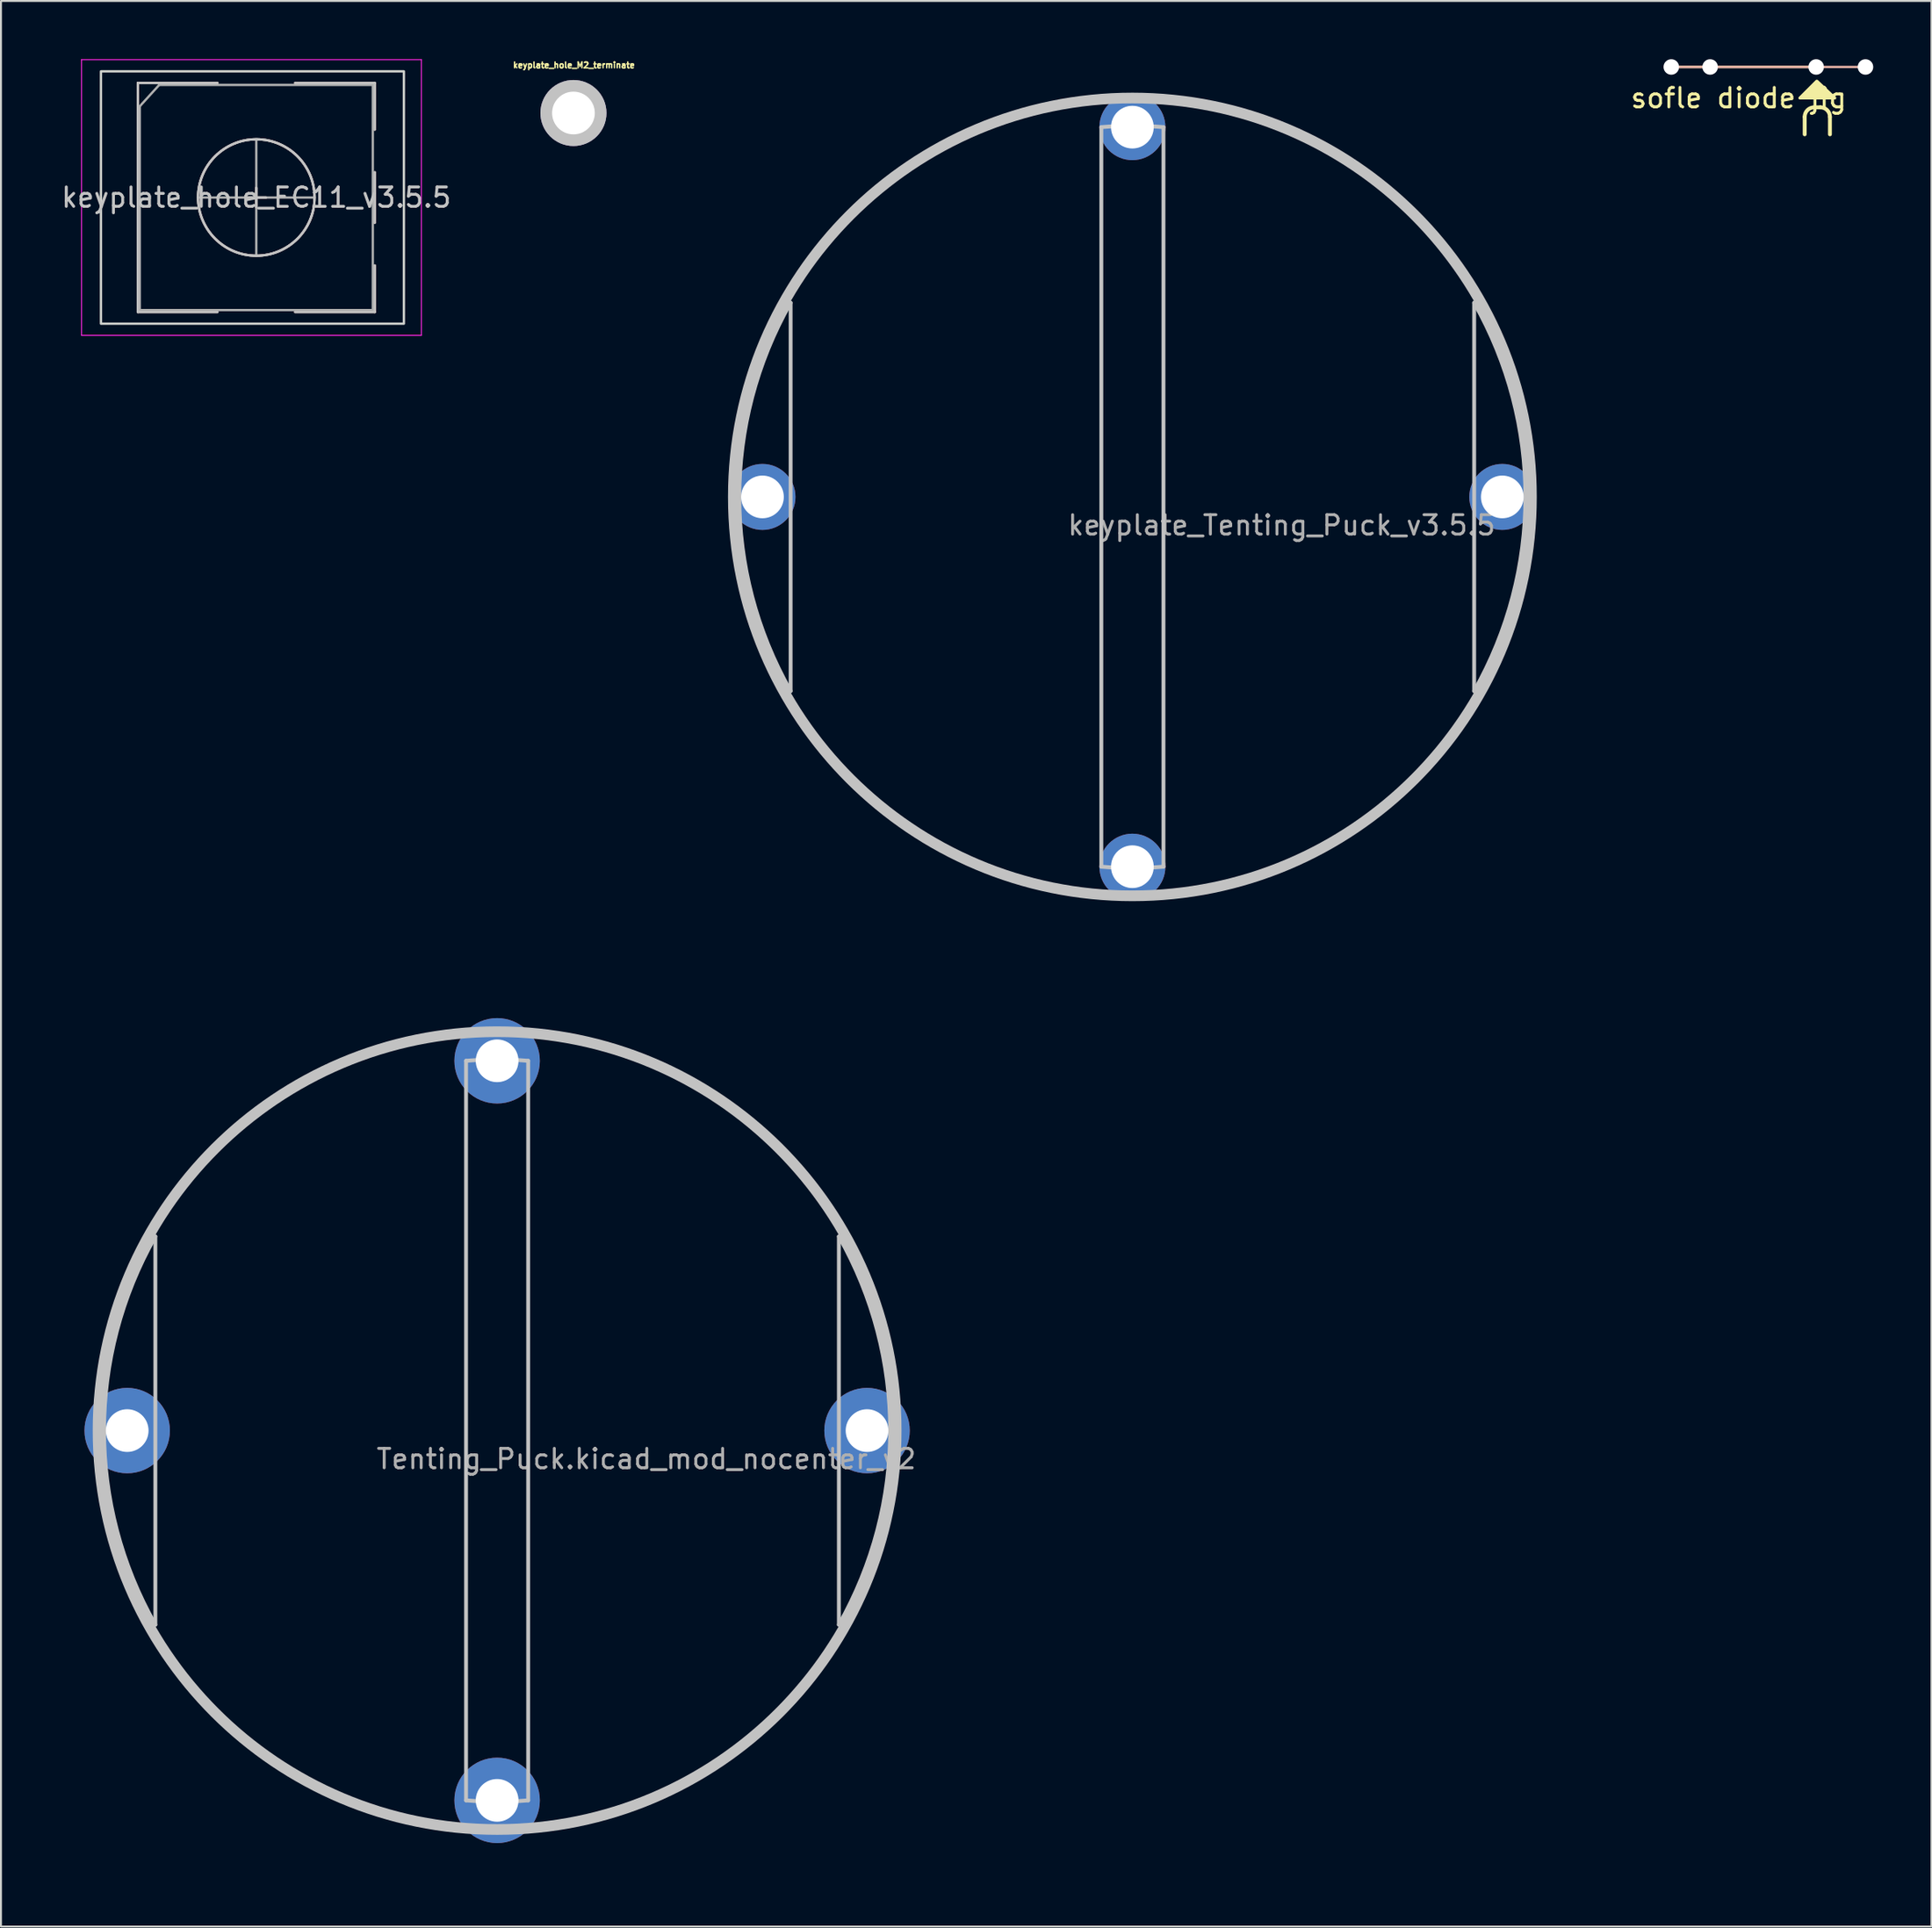
<source format=kicad_pcb>
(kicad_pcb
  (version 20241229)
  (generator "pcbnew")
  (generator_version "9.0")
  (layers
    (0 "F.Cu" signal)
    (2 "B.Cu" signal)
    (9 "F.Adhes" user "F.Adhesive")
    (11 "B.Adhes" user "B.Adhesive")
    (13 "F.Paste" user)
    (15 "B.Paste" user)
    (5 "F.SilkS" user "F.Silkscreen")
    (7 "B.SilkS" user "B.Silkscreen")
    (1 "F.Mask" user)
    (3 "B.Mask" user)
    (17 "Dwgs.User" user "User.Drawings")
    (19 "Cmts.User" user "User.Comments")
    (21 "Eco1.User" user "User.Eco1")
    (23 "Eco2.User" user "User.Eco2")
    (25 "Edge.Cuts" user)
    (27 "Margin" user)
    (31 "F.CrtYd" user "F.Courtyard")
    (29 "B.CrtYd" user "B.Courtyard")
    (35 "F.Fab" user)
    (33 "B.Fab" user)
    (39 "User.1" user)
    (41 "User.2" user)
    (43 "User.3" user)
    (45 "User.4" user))
  (footprint "keyplate_Tenting_Puck_v3.5.5"
    (layer "F.Cu")
    (at 55.264 22.55)
    (property "Reference" "keyplate_Tenting_Puck_v3.5.5" (at 7.684 1.46 0) (layer "F.Fab") (effects (font (size 1 1) (thickness 0.15))))
    (attr through_hole)
    (fp_line (start -17.6 10) (end -17.6 -10) (stroke (width 0.2) (type solid)) (layer "Dwgs.User"))
    (fp_line (start -1.6 19.05) (end -1.6 -19.05) (stroke (width 0.2) (type solid)) (layer "Dwgs.User"))
    (fp_line (start 1.6 19.05) (end 1.6 -19.05) (stroke (width 0.2) (type solid)) (layer "Dwgs.User"))
    (fp_line (start 17.6 10) (end 17.6 -10) (stroke (width 0.2) (type solid)) (layer "Dwgs.User"))
    (fp_arc (start -17.6 10) (mid -20.242529 0) (end -17.6 -10) (stroke (width 0.2) (type default)) (layer "Dwgs.User"))
    (fp_arc (start -1.6 -19.049999) (mid 0 -19.117073) (end 1.6 -19.049999) (stroke (width 0.2) (type default)) (layer "Dwgs.User"))
    (fp_arc (start 1.6 19.049999) (mid 0 19.117073) (end -1.6 19.049999) (stroke (width 0.2) (type default)) (layer "Dwgs.User"))
    (fp_arc (start 17.6 -10) (mid 20.242529 0) (end 17.6 10) (stroke (width 0.2) (type default)) (layer "Dwgs.User"))
    (fp_circle (center 0 0) (end 20.55 0) (stroke (width 0.55) (type solid)) (fill no) (layer "Dwgs.User"))
    (fp_circle (center -19.05 0) (end -17.3 0) (stroke (width 0.12) (type default)) (fill no) (layer "User.3"))
    (fp_circle (center 0 -19.05) (end 1.75 -19.05) (stroke (width 0.12) (type default)) (fill no) (layer "User.3"))
    (fp_circle (center 0 19.05) (end 1.75 19.05) (stroke (width 0.12) (type default)) (fill no) (layer "User.3"))
    (fp_circle (center 19.05 0) (end 20.8 0) (stroke (width 0.12) (type default)) (fill no) (layer "User.3"))
    (fp_circle (center -19.05 0) (end -17.3 0) (stroke (width 0.12) (type default)) (fill no) (layer "User.4"))
    (fp_circle (center 0 -19.05) (end 1.75 -19.05) (stroke (width 0.12) (type default)) (fill no) (layer "User.4"))
    (fp_circle (center 0 19.05) (end 1.75 19.05) (stroke (width 0.12) (type default)) (fill no) (layer "User.4"))
    (fp_circle (center 19.05 0) (end 20.8 0) (stroke (width 0.12) (type default)) (fill no) (layer "User.4"))
    (fp_circle (center 0 0) (end 22.5 0) (stroke (width 0.1) (type solid)) (fill no) (layer "User.6"))
    (fp_circle (center 0 0) (end 22.5 0) (stroke (width 0.1) (type solid)) (fill no) (layer "User.9"))
    (pad "1" thru_hole circle (at -19.05 0) (size 3.4 3.4) (drill 2.2) (layers "*.Cu" "*.Mask"))
    (pad "1" thru_hole circle (at 0 -19.05) (size 3.4 3.4) (drill 2.2) (layers "*.Cu" "*.Mask"))
    (pad "1" thru_hole circle (at 0 19.05) (size 3.4 3.4) (drill 2.2) (layers "*.Cu" "*.Mask"))
    (pad "1" thru_hole circle (at 19.05 0) (size 3.4 3.4) (drill 2.2) (layers "*.Cu" "*.Mask")))
  (footprint "keyplate_hole_EC11_v3.5.5"
    (layer "F.Cu")
    (at 10.149 7.125)
    (property "Reference" "keyplate_hole_EC11_v3.5.5" (at 0 0 0) (layer "Dwgs.User") (effects (font (size 1 1) (thickness 0.15))))
    (attr through_hole exclude_from_pos_files exclude_from_bom)
    (fp_line (start -6.1 -5.9) (end -6.1 5.9) (stroke (width 0.12) (type solid)) (layer "B.SilkS"))
    (fp_line (start -2 -5.9) (end -6.1 -5.9) (stroke (width 0.12) (type solid)) (layer "B.SilkS"))
    (fp_line (start -2 5.9) (end -6.1 5.9) (stroke (width 0.12) (type solid)) (layer "B.SilkS"))
    (fp_line (start -0.5 0) (end 0.5 0) (stroke (width 0.12) (type solid)) (layer "B.SilkS"))
    (fp_line (start 0 -0.5) (end 0 0.5) (stroke (width 0.12) (type solid)) (layer "B.SilkS"))
    (fp_line (start 2 -5.9) (end 6.1 -5.9) (stroke (width 0.12) (type solid)) (layer "B.SilkS"))
    (fp_line (start 6.1 -5.9) (end 6.1 -3.5) (stroke (width 0.12) (type solid)) (layer "B.SilkS"))
    (fp_line (start 6.1 -1.3) (end 6.1 1.3) (stroke (width 0.12) (type solid)) (layer "B.SilkS"))
    (fp_line (start 6.1 3.5) (end 6.1 5.9) (stroke (width 0.12) (type solid)) (layer "B.SilkS"))
    (fp_line (start 6.1 5.9) (end 2 5.9) (stroke (width 0.12) (type solid)) (layer "B.SilkS"))
    (fp_circle (center 0 0) (end 3 0) (stroke (width 0.12) (type solid)) (fill no) (layer "B.SilkS"))
    (fp_line (start -6.1 -5.9) (end -6.1 5.9) (stroke (width 0.12) (type solid)) (layer "Dwgs.User"))
    (fp_line (start -2 -5.9) (end -6.1 -5.9) (stroke (width 0.12) (type solid)) (layer "Dwgs.User"))
    (fp_line (start -2 5.9) (end -6.1 5.9) (stroke (width 0.12) (type solid)) (layer "Dwgs.User"))
    (fp_line (start -0.5 0) (end 0.5 0) (stroke (width 0.12) (type solid)) (layer "Dwgs.User"))
    (fp_line (start 0 -0.5) (end 0 0.5) (stroke (width 0.12) (type solid)) (layer "Dwgs.User"))
    (fp_line (start 2 -5.9) (end 6.1 -5.9) (stroke (width 0.12) (type solid)) (layer "Dwgs.User"))
    (fp_line (start 6.1 -5.9) (end 6.1 -3.5) (stroke (width 0.12) (type solid)) (layer "Dwgs.User"))
    (fp_line (start 6.1 -1.3) (end 6.1 1.3) (stroke (width 0.12) (type solid)) (layer "Dwgs.User"))
    (fp_line (start 6.1 3.5) (end 6.1 5.9) (stroke (width 0.12) (type solid)) (layer "Dwgs.User"))
    (fp_line (start 6.1 5.9) (end 2 5.9) (stroke (width 0.12) (type solid)) (layer "Dwgs.User"))
    (fp_circle (center 0 0) (end 3 0) (stroke (width 0.12) (type solid)) (fill no) (layer "Dwgs.User"))
    (fp_rect (start -8 -6.5) (end 7.6 6.5) (stroke (width 0.12) (type default)) (fill no) (layer "Edge.Cuts"))
    (fp_line (start -9 -7.1) (end -9 7.1) (stroke (width 0.05) (type solid)) (layer "F.CrtYd"))
    (fp_line (start -9 -7.1) (end 8.5 -7.1) (stroke (width 0.05) (type solid)) (layer "F.CrtYd"))
    (fp_line (start 8.5 7.1) (end -9 7.1) (stroke (width 0.05) (type solid)) (layer "F.CrtYd"))
    (fp_line (start 8.5 7.1) (end 8.5 -7.1) (stroke (width 0.05) (type solid)) (layer "F.CrtYd"))
    (fp_line (start -6 -4.7) (end -5 -5.8) (stroke (width 0.12) (type solid)) (layer "F.Fab"))
    (fp_line (start -6 5.8) (end -6 -4.7) (stroke (width 0.12) (type solid)) (layer "F.Fab"))
    (fp_line (start -5 -5.8) (end 6 -5.8) (stroke (width 0.12) (type solid)) (layer "F.Fab"))
    (fp_line (start -3 0) (end 3 0) (stroke (width 0.12) (type solid)) (layer "F.Fab"))
    (fp_line (start 0 -3) (end 0 3) (stroke (width 0.12) (type solid)) (layer "F.Fab"))
    (fp_line (start 6 -5.8) (end 6 5.8) (stroke (width 0.12) (type solid)) (layer "F.Fab"))
    (fp_line (start 6 5.8) (end -6 5.8) (stroke (width 0.12) (type solid)) (layer "F.Fab"))
    (fp_circle (center 0 0) (end 3 0) (stroke (width 0.12) (type solid)) (fill no) (layer "F.Fab")))
  (footprint "keyplate_hole_M2_terminate"
    (layer "F.Cu")
    (at 26.506 2.847)
    (property "Reference" "keyplate_hole_M2_terminate" (at 0 -2.54 0) (layer "F.SilkS") (effects (font (size 0.3 0.3) (thickness 0.075))))
    (attr through_hole)
    (pad "" thru_hole circle (at -0.025 -0.075 90) (size 3.4 3.4) (drill 2.2) (layers "*.Cu" "*.Mask" "Dwgs.User")))
  (footprint "sofle diode jig"
    (layer "F.Cu")
    (at 93.016 0.4)
    (property "Reference" "sofle diode jig" (at -6.53 1.6 0) (unlocked yes) (layer "F.SilkS") (effects (font (size 1 1) (thickness 0.15))))
    (fp_line (start -9.99 0) (end -2.56 0) (stroke (width 0.12) (type default)) (layer "F.SilkS"))
    (fp_line (start -3.13 3.47) (end -3.13 2.57) (stroke (width 0.2) (type default)) (layer "F.SilkS"))
    (fp_line (start -2.32 2.08) (end -2.64 2.08) (stroke (width 0.2) (type default)) (layer "F.SilkS"))
    (fp_line (start -1.83 3.47) (end -1.83 2.57) (stroke (width 0.2) (type default)) (layer "F.SilkS"))
    (fp_arc (start -3.130407 2.57) (mid -2.98677 2.22323) (end -2.64 2.079593) (stroke (width 0.2) (type default)) (layer "F.SilkS"))
    (fp_arc (start -2.320407 2.079593) (mid -1.973637 2.22323) (end -1.83 2.57) (stroke (width 0.2) (type default)) (layer "F.SilkS"))
    (fp_poly (pts (xy -1.58 1.6) (xy -2.5 0.73) (xy -2.51 0.73) (xy -3.38 1.6)) (stroke (width 0.15) (type solid)) (fill yes) (layer "F.SilkS"))
    (fp_line (start 0 0) (end -10.01 0) (stroke (width 0.12) (type default)) (layer "B.SilkS"))
    (pad "" np_thru_hole circle (at -10 0) (size 0.8 0.8) (drill 0.8) (layers "*.Cu" "*.Mask"))
    (pad "" np_thru_hole circle (at -8 0) (size 0.8 0.8) (drill 0.8) (layers "*.Cu" "*.Mask"))
    (pad "" np_thru_hole circle (at -2.54 0) (size 0.8 0.8) (drill 0.8) (layers "*.Cu" "*.Mask"))
    (pad "" np_thru_hole circle (at 0 0) (size 0.8 0.8) (drill 0.8) (layers "*.Cu" "*.Mask")))
  (footprint "Tenting_Puck.kicad_mod_nocenter_v2"
    (layer "F.Cu")
    (at 22.55 70.65)
    (property "Reference" "Tenting_Puck.kicad_mod_nocenter_v2" (at 7.684 1.46 0) (layer "F.Fab") (effects (font (size 1 1) (thickness 0.15))))
    (attr through_hole)
    (fp_line (start -17.6 10) (end -17.6 -10) (stroke (width 0.2) (type solid)) (layer "Dwgs.User"))
    (fp_line (start -1.6 19.05) (end -1.6 -19.05) (stroke (width 0.2) (type solid)) (layer "Dwgs.User"))
    (fp_line (start 1.6 19.05) (end 1.6 -19.05) (stroke (width 0.2) (type solid)) (layer "Dwgs.User"))
    (fp_line (start 17.6 10) (end 17.6 -10) (stroke (width 0.2) (type solid)) (layer "Dwgs.User"))
    (fp_arc (start -17.6 10) (mid -20.242529 0) (end -17.6 -10) (stroke (width 0.2) (type default)) (layer "Dwgs.User"))
    (fp_arc (start -1.6 -19.049999) (mid 0 -19.117073) (end 1.6 -19.049999) (stroke (width 0.2) (type default)) (layer "Dwgs.User"))
    (fp_arc (start 1.6 19.049999) (mid 0 19.117073) (end -1.6 19.049999) (stroke (width 0.2) (type default)) (layer "Dwgs.User"))
    (fp_arc (start 17.6 -10) (mid 20.242529 0) (end 17.6 10) (stroke (width 0.2) (type default)) (layer "Dwgs.User"))
    (fp_circle (center 0 0) (end 20.55 0) (stroke (width 0.55) (type solid)) (fill no) (layer "Dwgs.User"))
    (fp_circle (center -19.05 0) (end -17.3 0) (stroke (width 0.12) (type default)) (fill no) (layer "User.3"))
    (fp_circle (center 0 -19.05) (end 1.75 -19.05) (stroke (width 0.12) (type default)) (fill no) (layer "User.3"))
    (fp_circle (center 0 19.05) (end 1.75 19.05) (stroke (width 0.12) (type default)) (fill no) (layer "User.3"))
    (fp_circle (center 19.05 0) (end 20.8 0) (stroke (width 0.12) (type default)) (fill no) (layer "User.3"))
    (fp_circle (center -19.05 0) (end -17.3 0) (stroke (width 0.12) (type default)) (fill no) (layer "User.4"))
    (fp_circle (center 0 -19.05) (end 1.75 -19.05) (stroke (width 0.12) (type default)) (fill no) (layer "User.4"))
    (fp_circle (center 0 19.05) (end 1.75 19.05) (stroke (width 0.12) (type default)) (fill no) (layer "User.4"))
    (fp_circle (center 19.05 0) (end 20.8 0) (stroke (width 0.12) (type default)) (fill no) (layer "User.4"))
    (fp_circle (center 0 0) (end 22.5 0) (stroke (width 0.1) (type solid)) (fill no) (layer "User.6"))
    (fp_circle (center 0 0) (end 22.5 0) (stroke (width 0.1) (type solid)) (fill no) (layer "User.9"))
    (pad "1" thru_hole circle (at -19.05 0) (size 4.4 4.4) (drill 2.2) (layers "*.Cu" "*.Mask"))
    (pad "1" thru_hole circle (at 0 -19.05) (size 4.4 4.4) (drill 2.2) (layers "*.Cu" "*.Mask"))
    (pad "1" thru_hole circle (at 0 19.05) (size 4.4 4.4) (drill 2.2) (layers "*.Cu" "*.Mask"))
    (pad "1" thru_hole circle (at 19.05 0) (size 4.4 4.4) (drill 2.2) (layers "*.Cu" "*.Mask")))
  (gr_rect
    (start -3 -3)
    (end 96.416 96.2)
    (stroke (width 0.1) (type default))
    (fill no)
    (layer "Edge.Cuts")))
</source>
